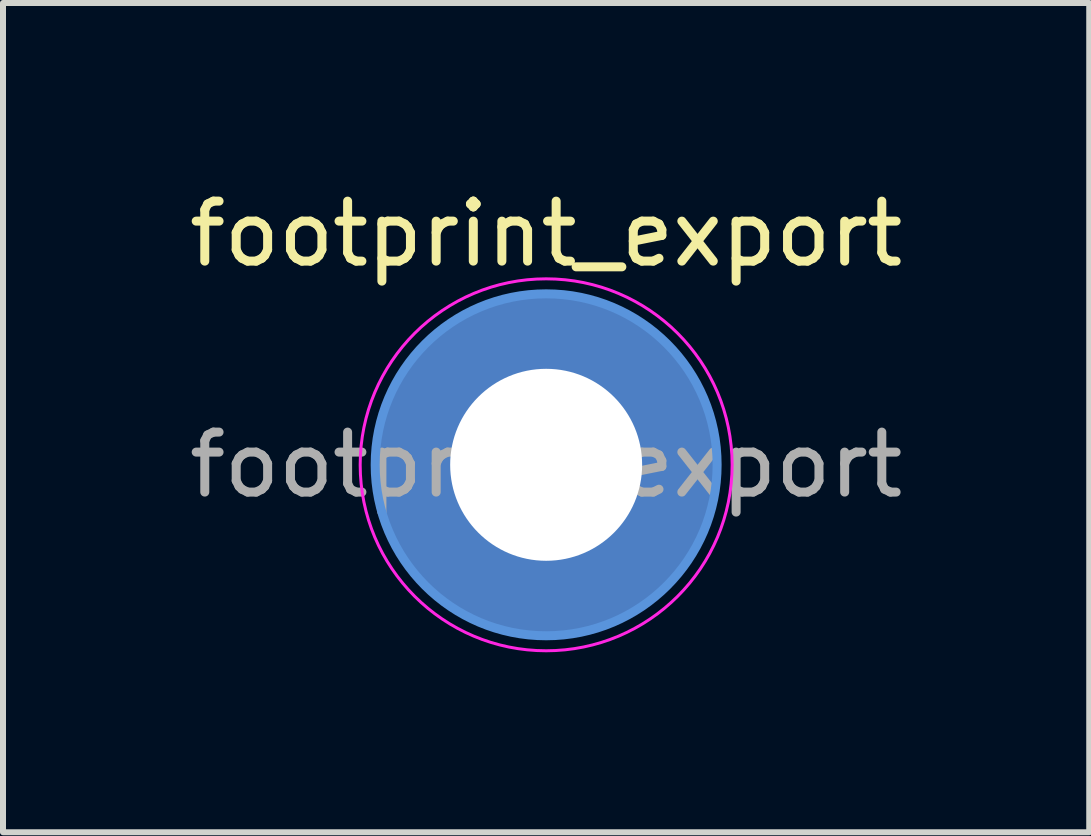
<source format=kicad_pcb>
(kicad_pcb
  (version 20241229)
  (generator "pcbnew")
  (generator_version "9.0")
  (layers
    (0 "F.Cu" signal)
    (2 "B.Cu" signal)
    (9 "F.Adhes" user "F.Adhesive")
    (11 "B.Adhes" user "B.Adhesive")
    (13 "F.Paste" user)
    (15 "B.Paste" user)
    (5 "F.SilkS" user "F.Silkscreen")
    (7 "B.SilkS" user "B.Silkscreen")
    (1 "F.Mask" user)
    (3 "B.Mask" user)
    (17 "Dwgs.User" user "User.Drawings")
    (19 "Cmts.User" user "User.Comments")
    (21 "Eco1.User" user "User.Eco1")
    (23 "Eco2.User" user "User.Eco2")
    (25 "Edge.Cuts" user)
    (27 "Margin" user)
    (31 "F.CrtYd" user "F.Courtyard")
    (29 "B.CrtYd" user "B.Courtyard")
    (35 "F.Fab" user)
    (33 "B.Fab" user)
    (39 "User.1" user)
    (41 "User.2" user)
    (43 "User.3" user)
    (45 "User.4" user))
  (footprint "footprint_export"
    (layer "F.Cu")
    (at 6.054 4.698)
    (property "Reference" "footprint_export" (at 0 -3.85 0) (layer "F.SilkS") (effects (font (size 1 1) (thickness 0.15))))
    (attr exclude_from_pos_files exclude_from_bom)
    (fp_circle (center 0 0) (end 2.85 0) (stroke (width 0.15) (type solid)) (fill no) (layer "Cmts.User"))
    (fp_circle (center 0 0) (end 3.1 0) (stroke (width 0.05) (type solid)) (fill no) (layer "F.CrtYd"))
    (fp_text user "${REFERENCE}" (at 0 0 0) (layer "F.Fab") (effects (font (size 1 1) (thickness 0.15))))
    (pad "1" thru_hole circle (at 0 0) (size 5.7 5.7) (drill 3.2) (layers "*.Cu" "*.Mask")))
  (gr_rect
    (start -3 -3)
    (end 15.107 10.823)
    (stroke (width 0.1) (type default))
    (fill no)
    (layer "Edge.Cuts")))
</source>
